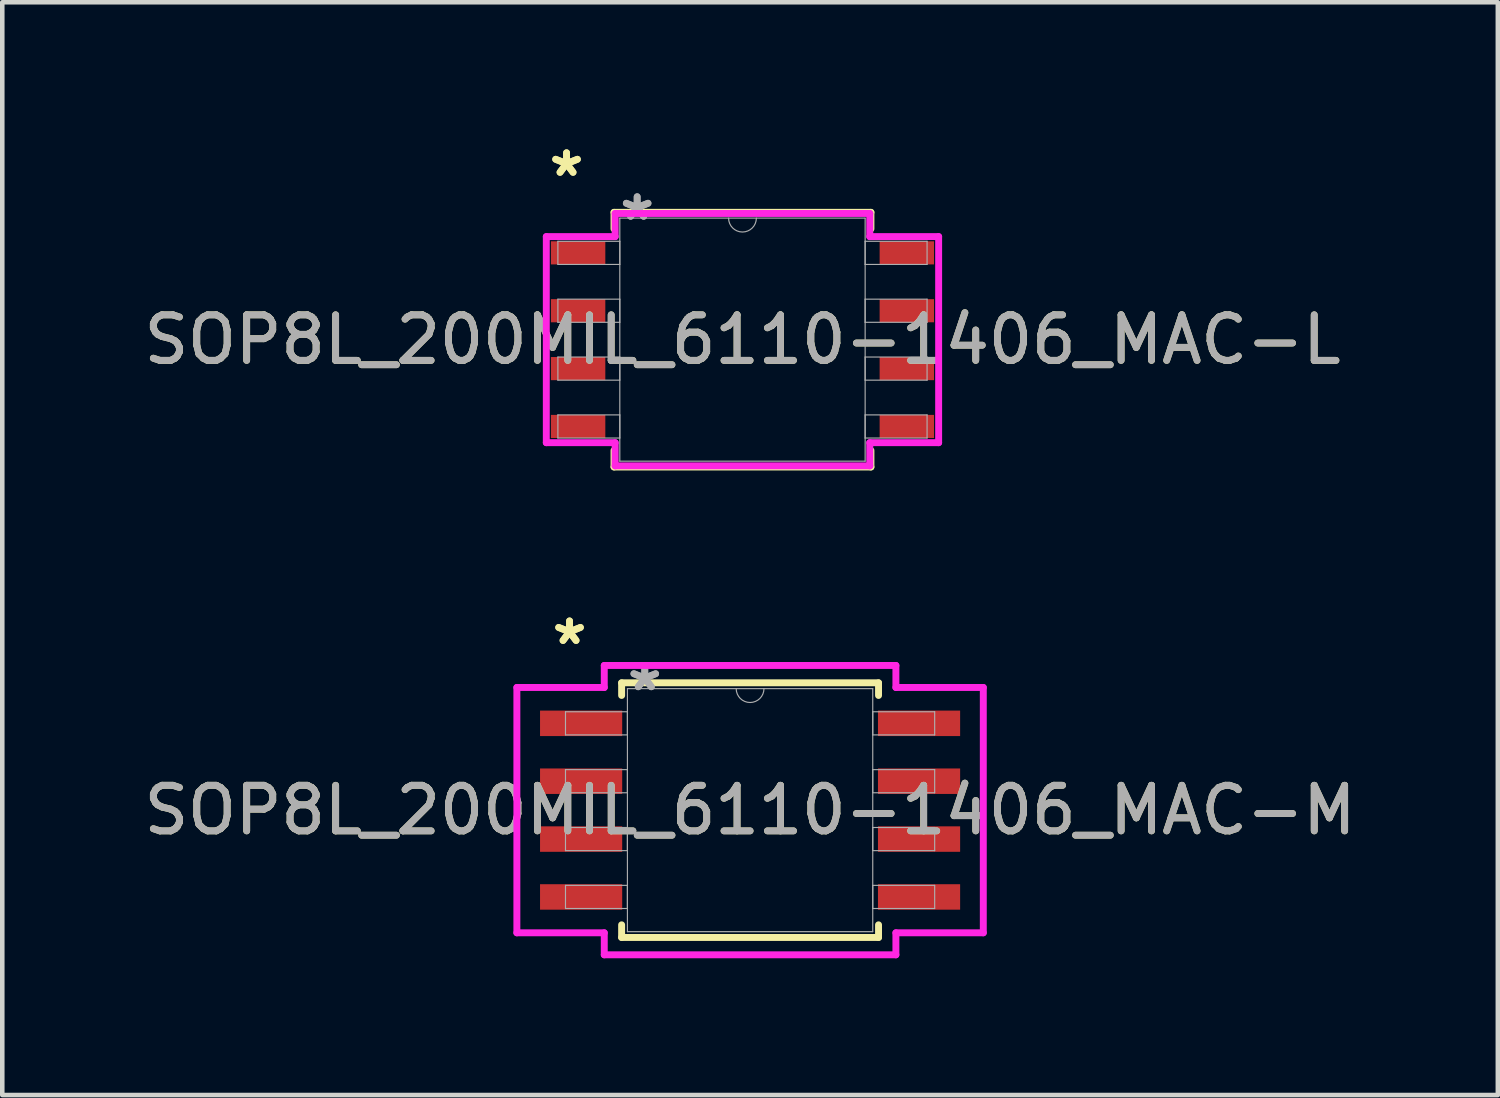
<source format=kicad_pcb>
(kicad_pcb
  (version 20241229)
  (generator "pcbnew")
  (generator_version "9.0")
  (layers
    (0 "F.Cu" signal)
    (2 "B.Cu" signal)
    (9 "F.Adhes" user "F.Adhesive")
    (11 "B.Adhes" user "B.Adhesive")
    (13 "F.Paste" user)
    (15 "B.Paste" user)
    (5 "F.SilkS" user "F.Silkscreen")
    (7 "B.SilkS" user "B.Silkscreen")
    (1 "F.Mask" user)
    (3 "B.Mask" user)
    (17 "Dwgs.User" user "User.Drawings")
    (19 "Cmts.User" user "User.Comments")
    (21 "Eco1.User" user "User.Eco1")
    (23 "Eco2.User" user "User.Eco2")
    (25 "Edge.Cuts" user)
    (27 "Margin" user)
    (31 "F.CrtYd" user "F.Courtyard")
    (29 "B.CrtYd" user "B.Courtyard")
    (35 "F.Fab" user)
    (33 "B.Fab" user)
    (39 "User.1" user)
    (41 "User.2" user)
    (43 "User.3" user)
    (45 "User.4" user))
  (footprint "SOP8L_200MIL_6110-1406_MAC-M"
    (layer "F.Cu")
    (at 13.411 14.729)
    (property "Reference" "SOP8L_200MIL_6110-1406_MAC-M" (at 0 0 0) (unlocked yes) (layer "F.SilkS") (effects (font (size 1 1) (thickness 0.15))))
    (attr smd)
    (fp_line (start -2.819 -2.794) (end -2.819 -2.517) (stroke (width 0.152) (type solid)) (layer "F.SilkS"))
    (fp_line (start -2.819 2.517) (end -2.819 2.794) (stroke (width 0.152) (type solid)) (layer "F.SilkS"))
    (fp_line (start -2.819 2.794) (end 2.819 2.794) (stroke (width 0.152) (type solid)) (layer "F.SilkS"))
    (fp_line (start 2.819 -2.794) (end -2.819 -2.794) (stroke (width 0.152) (type solid)) (layer "F.SilkS"))
    (fp_line (start 2.819 -2.517) (end 2.819 -2.794) (stroke (width 0.152) (type solid)) (layer "F.SilkS"))
    (fp_line (start 2.819 2.794) (end 2.819 2.517) (stroke (width 0.152) (type solid)) (layer "F.SilkS"))
    (fp_line (start -5.118 -2.692) (end -3.2 -2.692) (stroke (width 0.152) (type solid)) (layer "F.CrtYd"))
    (fp_line (start -5.118 2.692) (end -5.118 -2.692) (stroke (width 0.152) (type solid)) (layer "F.CrtYd"))
    (fp_line (start -5.118 2.692) (end -3.2 2.692) (stroke (width 0.152) (type solid)) (layer "F.CrtYd"))
    (fp_line (start -3.2 -3.175) (end 3.2 -3.175) (stroke (width 0.152) (type solid)) (layer "F.CrtYd"))
    (fp_line (start -3.2 -2.692) (end -3.2 -3.175) (stroke (width 0.152) (type solid)) (layer "F.CrtYd"))
    (fp_line (start -3.2 3.175) (end -3.2 2.692) (stroke (width 0.152) (type solid)) (layer "F.CrtYd"))
    (fp_line (start 3.2 -3.175) (end 3.2 -2.692) (stroke (width 0.152) (type solid)) (layer "F.CrtYd"))
    (fp_line (start 3.2 2.692) (end 3.2 3.175) (stroke (width 0.152) (type solid)) (layer "F.CrtYd"))
    (fp_line (start 3.2 3.175) (end -3.2 3.175) (stroke (width 0.152) (type solid)) (layer "F.CrtYd"))
    (fp_line (start 5.118 -2.692) (end 3.2 -2.692) (stroke (width 0.152) (type solid)) (layer "F.CrtYd"))
    (fp_line (start 5.118 -2.692) (end 5.118 2.692) (stroke (width 0.152) (type solid)) (layer "F.CrtYd"))
    (fp_line (start 5.118 2.692) (end 3.2 2.692) (stroke (width 0.152) (type solid)) (layer "F.CrtYd"))
    (fp_line (start -4.051 -2.159) (end -4.051 -1.651) (stroke (width 0.025) (type solid)) (layer "F.Fab"))
    (fp_line (start -4.051 -1.651) (end -2.692 -1.651) (stroke (width 0.025) (type solid)) (layer "F.Fab"))
    (fp_line (start -4.051 -0.889) (end -4.051 -0.381) (stroke (width 0.025) (type solid)) (layer "F.Fab"))
    (fp_line (start -4.051 -0.381) (end -2.692 -0.381) (stroke (width 0.025) (type solid)) (layer "F.Fab"))
    (fp_line (start -4.051 0.381) (end -4.051 0.889) (stroke (width 0.025) (type solid)) (layer "F.Fab"))
    (fp_line (start -4.051 0.889) (end -2.692 0.889) (stroke (width 0.025) (type solid)) (layer "F.Fab"))
    (fp_line (start -4.051 1.651) (end -4.051 2.159) (stroke (width 0.025) (type solid)) (layer "F.Fab"))
    (fp_line (start -4.051 2.159) (end -2.692 2.159) (stroke (width 0.025) (type solid)) (layer "F.Fab"))
    (fp_line (start -2.692 -2.667) (end -2.692 2.667) (stroke (width 0.025) (type solid)) (layer "F.Fab"))
    (fp_line (start -2.692 -2.159) (end -4.051 -2.159) (stroke (width 0.025) (type solid)) (layer "F.Fab"))
    (fp_line (start -2.692 -1.651) (end -2.692 -2.159) (stroke (width 0.025) (type solid)) (layer "F.Fab"))
    (fp_line (start -2.692 -0.889) (end -4.051 -0.889) (stroke (width 0.025) (type solid)) (layer "F.Fab"))
    (fp_line (start -2.692 -0.381) (end -2.692 -0.889) (stroke (width 0.025) (type solid)) (layer "F.Fab"))
    (fp_line (start -2.692 0.381) (end -4.051 0.381) (stroke (width 0.025) (type solid)) (layer "F.Fab"))
    (fp_line (start -2.692 0.889) (end -2.692 0.381) (stroke (width 0.025) (type solid)) (layer "F.Fab"))
    (fp_line (start -2.692 1.651) (end -4.051 1.651) (stroke (width 0.025) (type solid)) (layer "F.Fab"))
    (fp_line (start -2.692 2.159) (end -2.692 1.651) (stroke (width 0.025) (type solid)) (layer "F.Fab"))
    (fp_line (start -2.692 2.667) (end 2.692 2.667) (stroke (width 0.025) (type solid)) (layer "F.Fab"))
    (fp_line (start 2.692 -2.667) (end -2.692 -2.667) (stroke (width 0.025) (type solid)) (layer "F.Fab"))
    (fp_line (start 2.692 -2.159) (end 2.692 -1.651) (stroke (width 0.025) (type solid)) (layer "F.Fab"))
    (fp_line (start 2.692 -1.651) (end 4.051 -1.651) (stroke (width 0.025) (type solid)) (layer "F.Fab"))
    (fp_line (start 2.692 -0.889) (end 2.692 -0.381) (stroke (width 0.025) (type solid)) (layer "F.Fab"))
    (fp_line (start 2.692 -0.381) (end 4.051 -0.381) (stroke (width 0.025) (type solid)) (layer "F.Fab"))
    (fp_line (start 2.692 0.381) (end 2.692 0.889) (stroke (width 0.025) (type solid)) (layer "F.Fab"))
    (fp_line (start 2.692 0.889) (end 4.051 0.889) (stroke (width 0.025) (type solid)) (layer "F.Fab"))
    (fp_line (start 2.692 1.651) (end 2.692 2.159) (stroke (width 0.025) (type solid)) (layer "F.Fab"))
    (fp_line (start 2.692 2.159) (end 4.051 2.159) (stroke (width 0.025) (type solid)) (layer "F.Fab"))
    (fp_line (start 2.692 2.667) (end 2.692 -2.667) (stroke (width 0.025) (type solid)) (layer "F.Fab"))
    (fp_line (start 4.051 -2.159) (end 2.692 -2.159) (stroke (width 0.025) (type solid)) (layer "F.Fab"))
    (fp_line (start 4.051 -1.651) (end 4.051 -2.159) (stroke (width 0.025) (type solid)) (layer "F.Fab"))
    (fp_line (start 4.051 -0.889) (end 2.692 -0.889) (stroke (width 0.025) (type solid)) (layer "F.Fab"))
    (fp_line (start 4.051 -0.381) (end 4.051 -0.889) (stroke (width 0.025) (type solid)) (layer "F.Fab"))
    (fp_line (start 4.051 0.381) (end 2.692 0.381) (stroke (width 0.025) (type solid)) (layer "F.Fab"))
    (fp_line (start 4.051 0.889) (end 4.051 0.381) (stroke (width 0.025) (type solid)) (layer "F.Fab"))
    (fp_line (start 4.051 1.651) (end 2.692 1.651) (stroke (width 0.025) (type solid)) (layer "F.Fab"))
    (fp_line (start 4.051 2.159) (end 4.051 1.651) (stroke (width 0.025) (type solid)) (layer "F.Fab"))
    (fp_arc (start 0.3048 -2.667) (mid 0 -2.3622) (end -0.3048 -2.667) (stroke (width 0.0254) (type solid)) (layer "F.Fab"))
    (fp_text user "*" (at -3.962 -3.607 0) (layer "F.SilkS") (effects (font (size 1 1) (thickness 0.15))))
    (fp_text user "*" (at -3.962 -3.607 0) (unlocked yes) (layer "F.SilkS") (effects (font (size 1 1) (thickness 0.15))))
    (fp_text user "*" (at -2.311 -2.591 0) (unlocked yes) (layer "F.Fab") (effects (font (size 1 1) (thickness 0.15))))
    (fp_text user "*" (at -2.311 -2.591 0) (layer "F.Fab") (effects (font (size 1 1) (thickness 0.15))))
    (fp_text user "${REFERENCE}" (at 0 0 0) (unlocked yes) (layer "F.Fab") (effects (font (size 1 1) (thickness 0.15))))
    (pad "1" smd rect (at -3.708 -1.905) (size 1.803 0.559) (layers "F.Cu" "F.Mask" "F.Paste"))
    (pad "2" smd rect (at -3.708 -0.635) (size 1.803 0.559) (layers "F.Cu" "F.Mask" "F.Paste"))
    (pad "3" smd rect (at -3.708 0.635) (size 1.803 0.559) (layers "F.Cu" "F.Mask" "F.Paste"))
    (pad "4" smd rect (at -3.708 1.905) (size 1.803 0.559) (layers "F.Cu" "F.Mask" "F.Paste"))
    (pad "5" smd rect (at 3.708 1.905) (size 1.803 0.559) (layers "F.Cu" "F.Mask" "F.Paste"))
    (pad "6" smd rect (at 3.708 0.635) (size 1.803 0.559) (layers "F.Cu" "F.Mask" "F.Paste"))
    (pad "7" smd rect (at 3.708 -0.635) (size 1.803 0.559) (layers "F.Cu" "F.Mask" "F.Paste"))
    (pad "8" smd rect (at 3.708 -1.905) (size 1.803 0.559) (layers "F.Cu" "F.Mask" "F.Paste")))
  (footprint "SOP8L_200MIL_6110-1406_MAC-L"
    (layer "F.Cu")
    (at 13.244 4.404)
    (property "Reference" "SOP8L_200MIL_6110-1406_MAC-L" (at 0 0 0) (unlocked yes) (layer "F.SilkS") (effects (font (size 1 1) (thickness 0.15))))
    (attr smd)
    (fp_line (start -2.819 -2.794) (end -2.819 -2.432) (stroke (width 0.152) (type solid)) (layer "F.SilkS"))
    (fp_line (start -2.819 2.432) (end -2.819 2.794) (stroke (width 0.152) (type solid)) (layer "F.SilkS"))
    (fp_line (start -2.819 2.794) (end 2.819 2.794) (stroke (width 0.152) (type solid)) (layer "F.SilkS"))
    (fp_line (start 2.819 -2.794) (end -2.819 -2.794) (stroke (width 0.152) (type solid)) (layer "F.SilkS"))
    (fp_line (start 2.819 -2.432) (end 2.819 -2.794) (stroke (width 0.152) (type solid)) (layer "F.SilkS"))
    (fp_line (start 2.819 2.794) (end 2.819 2.432) (stroke (width 0.152) (type solid)) (layer "F.SilkS"))
    (fp_line (start -4.305 -2.261) (end -2.794 -2.261) (stroke (width 0.152) (type solid)) (layer "F.CrtYd"))
    (fp_line (start -4.305 2.261) (end -4.305 -2.261) (stroke (width 0.152) (type solid)) (layer "F.CrtYd"))
    (fp_line (start -4.305 2.261) (end -2.794 2.261) (stroke (width 0.152) (type solid)) (layer "F.CrtYd"))
    (fp_line (start -2.794 -2.769) (end 2.794 -2.769) (stroke (width 0.152) (type solid)) (layer "F.CrtYd"))
    (fp_line (start -2.794 -2.261) (end -2.794 -2.769) (stroke (width 0.152) (type solid)) (layer "F.CrtYd"))
    (fp_line (start -2.794 2.769) (end -2.794 2.261) (stroke (width 0.152) (type solid)) (layer "F.CrtYd"))
    (fp_line (start 2.794 -2.769) (end 2.794 -2.261) (stroke (width 0.152) (type solid)) (layer "F.CrtYd"))
    (fp_line (start 2.794 2.261) (end 2.794 2.769) (stroke (width 0.152) (type solid)) (layer "F.CrtYd"))
    (fp_line (start 2.794 2.769) (end -2.794 2.769) (stroke (width 0.152) (type solid)) (layer "F.CrtYd"))
    (fp_line (start 4.305 -2.261) (end 2.794 -2.261) (stroke (width 0.152) (type solid)) (layer "F.CrtYd"))
    (fp_line (start 4.305 -2.261) (end 4.305 2.261) (stroke (width 0.152) (type solid)) (layer "F.CrtYd"))
    (fp_line (start 4.305 2.261) (end 2.794 2.261) (stroke (width 0.152) (type solid)) (layer "F.CrtYd"))
    (fp_line (start -4.051 -2.159) (end -4.051 -1.651) (stroke (width 0.025) (type solid)) (layer "F.Fab"))
    (fp_line (start -4.051 -1.651) (end -2.692 -1.651) (stroke (width 0.025) (type solid)) (layer "F.Fab"))
    (fp_line (start -4.051 -0.889) (end -4.051 -0.381) (stroke (width 0.025) (type solid)) (layer "F.Fab"))
    (fp_line (start -4.051 -0.381) (end -2.692 -0.381) (stroke (width 0.025) (type solid)) (layer "F.Fab"))
    (fp_line (start -4.051 0.381) (end -4.051 0.889) (stroke (width 0.025) (type solid)) (layer "F.Fab"))
    (fp_line (start -4.051 0.889) (end -2.692 0.889) (stroke (width 0.025) (type solid)) (layer "F.Fab"))
    (fp_line (start -4.051 1.651) (end -4.051 2.159) (stroke (width 0.025) (type solid)) (layer "F.Fab"))
    (fp_line (start -4.051 2.159) (end -2.692 2.159) (stroke (width 0.025) (type solid)) (layer "F.Fab"))
    (fp_line (start -2.692 -2.667) (end -2.692 2.667) (stroke (width 0.025) (type solid)) (layer "F.Fab"))
    (fp_line (start -2.692 -2.159) (end -4.051 -2.159) (stroke (width 0.025) (type solid)) (layer "F.Fab"))
    (fp_line (start -2.692 -1.651) (end -2.692 -2.159) (stroke (width 0.025) (type solid)) (layer "F.Fab"))
    (fp_line (start -2.692 -0.889) (end -4.051 -0.889) (stroke (width 0.025) (type solid)) (layer "F.Fab"))
    (fp_line (start -2.692 -0.381) (end -2.692 -0.889) (stroke (width 0.025) (type solid)) (layer "F.Fab"))
    (fp_line (start -2.692 0.381) (end -4.051 0.381) (stroke (width 0.025) (type solid)) (layer "F.Fab"))
    (fp_line (start -2.692 0.889) (end -2.692 0.381) (stroke (width 0.025) (type solid)) (layer "F.Fab"))
    (fp_line (start -2.692 1.651) (end -4.051 1.651) (stroke (width 0.025) (type solid)) (layer "F.Fab"))
    (fp_line (start -2.692 2.159) (end -2.692 1.651) (stroke (width 0.025) (type solid)) (layer "F.Fab"))
    (fp_line (start -2.692 2.667) (end 2.692 2.667) (stroke (width 0.025) (type solid)) (layer "F.Fab"))
    (fp_line (start 2.692 -2.667) (end -2.692 -2.667) (stroke (width 0.025) (type solid)) (layer "F.Fab"))
    (fp_line (start 2.692 -2.159) (end 2.692 -1.651) (stroke (width 0.025) (type solid)) (layer "F.Fab"))
    (fp_line (start 2.692 -1.651) (end 4.051 -1.651) (stroke (width 0.025) (type solid)) (layer "F.Fab"))
    (fp_line (start 2.692 -0.889) (end 2.692 -0.381) (stroke (width 0.025) (type solid)) (layer "F.Fab"))
    (fp_line (start 2.692 -0.381) (end 4.051 -0.381) (stroke (width 0.025) (type solid)) (layer "F.Fab"))
    (fp_line (start 2.692 0.381) (end 2.692 0.889) (stroke (width 0.025) (type solid)) (layer "F.Fab"))
    (fp_line (start 2.692 0.889) (end 4.051 0.889) (stroke (width 0.025) (type solid)) (layer "F.Fab"))
    (fp_line (start 2.692 1.651) (end 2.692 2.159) (stroke (width 0.025) (type solid)) (layer "F.Fab"))
    (fp_line (start 2.692 2.159) (end 4.051 2.159) (stroke (width 0.025) (type solid)) (layer "F.Fab"))
    (fp_line (start 2.692 2.667) (end 2.692 -2.667) (stroke (width 0.025) (type solid)) (layer "F.Fab"))
    (fp_line (start 4.051 -2.159) (end 2.692 -2.159) (stroke (width 0.025) (type solid)) (layer "F.Fab"))
    (fp_line (start 4.051 -1.651) (end 4.051 -2.159) (stroke (width 0.025) (type solid)) (layer "F.Fab"))
    (fp_line (start 4.051 -0.889) (end 2.692 -0.889) (stroke (width 0.025) (type solid)) (layer "F.Fab"))
    (fp_line (start 4.051 -0.381) (end 4.051 -0.889) (stroke (width 0.025) (type solid)) (layer "F.Fab"))
    (fp_line (start 4.051 0.381) (end 2.692 0.381) (stroke (width 0.025) (type solid)) (layer "F.Fab"))
    (fp_line (start 4.051 0.889) (end 4.051 0.381) (stroke (width 0.025) (type solid)) (layer "F.Fab"))
    (fp_line (start 4.051 1.651) (end 2.692 1.651) (stroke (width 0.025) (type solid)) (layer "F.Fab"))
    (fp_line (start 4.051 2.159) (end 4.051 1.651) (stroke (width 0.025) (type solid)) (layer "F.Fab"))
    (fp_arc (start 0.3048 -2.667) (mid 0 -2.3622) (end -0.3048 -2.667) (stroke (width 0.0254) (type solid)) (layer "F.Fab"))
    (fp_text user "*" (at -3.861 -3.556 0) (layer "F.SilkS") (effects (font (size 1 1) (thickness 0.15))))
    (fp_text user "*" (at -3.861 -3.556 0) (unlocked yes) (layer "F.SilkS") (effects (font (size 1 1) (thickness 0.15))))
    (fp_text user "*" (at -2.311 -2.591 0) (unlocked yes) (layer "F.Fab") (effects (font (size 1 1) (thickness 0.15))))
    (fp_text user "*" (at -2.311 -2.591 0) (layer "F.Fab") (effects (font (size 1 1) (thickness 0.15))))
    (fp_text user "${REFERENCE}" (at 0 0 0) (unlocked yes) (layer "F.Fab") (effects (font (size 1 1) (thickness 0.15))))
    (pad "1" smd rect (at -3.607 -1.905) (size 1.194 0.508) (layers "F.Cu" "F.Mask" "F.Paste"))
    (pad "2" smd rect (at -3.607 -0.635) (size 1.194 0.508) (layers "F.Cu" "F.Mask" "F.Paste"))
    (pad "3" smd rect (at -3.607 0.635) (size 1.194 0.508) (layers "F.Cu" "F.Mask" "F.Paste"))
    (pad "4" smd rect (at -3.607 1.905) (size 1.194 0.508) (layers "F.Cu" "F.Mask" "F.Paste"))
    (pad "5" smd rect (at 3.607 1.905) (size 1.194 0.508) (layers "F.Cu" "F.Mask" "F.Paste"))
    (pad "6" smd rect (at 3.607 0.635) (size 1.194 0.508) (layers "F.Cu" "F.Mask" "F.Paste"))
    (pad "7" smd rect (at 3.607 -0.635) (size 1.194 0.508) (layers "F.Cu" "F.Mask" "F.Paste"))
    (pad "8" smd rect (at 3.607 -1.905) (size 1.194 0.508) (layers "F.Cu" "F.Mask" "F.Paste")))
  (gr_rect
    (start -3 -3)
    (end 29.821 20.981)
    (stroke (width 0.1) (type default))
    (fill no)
    (layer "Edge.Cuts")))
</source>
